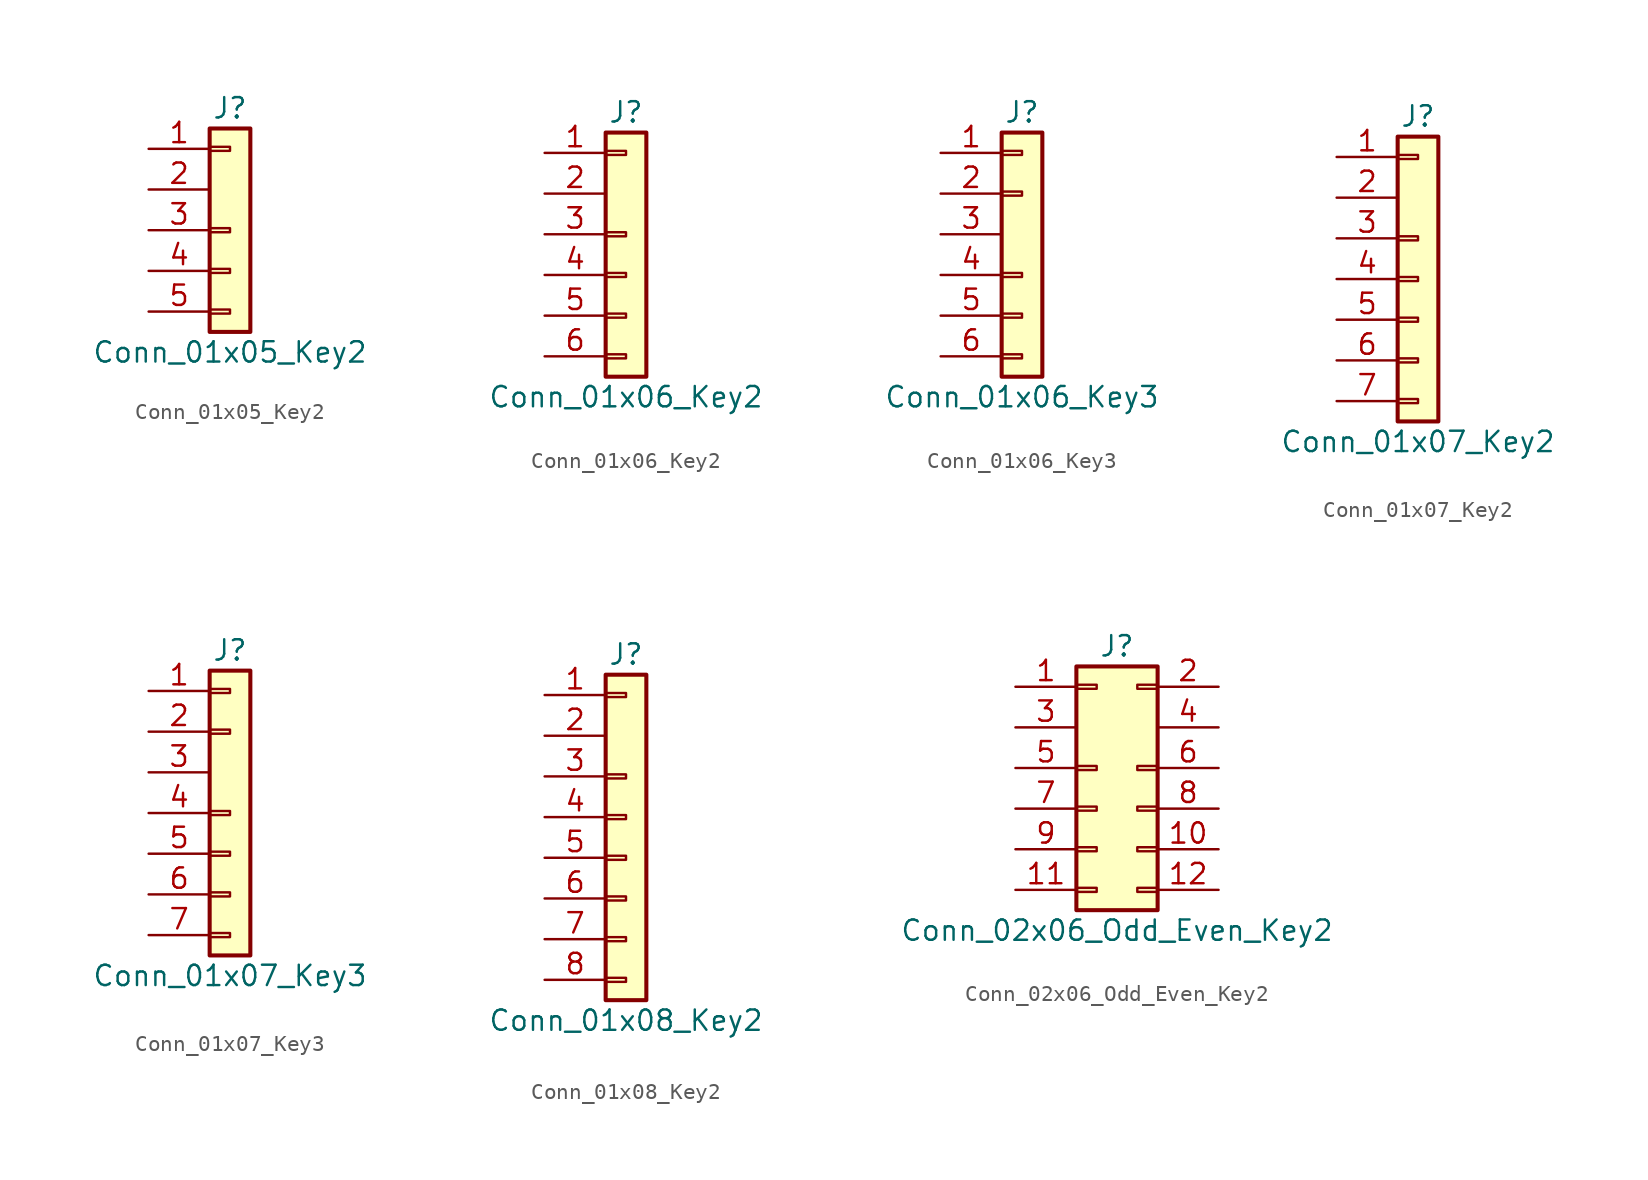
<source format=kicad_sym>
(kicad_symbol_lib
  (version 20220914)
  (generator kicad_symbol_editor)
  (symbol "Conn_01x05_Key2"
    (pin_names
      (offset 1.016) hide)
    (property "Reference" "J"
      (at 0 7.62 0)
      (effects (font (size 1.27 1.27))))
    (property "Value" "Conn_01x05_Key2"
      (at 0 -7.62 0)
      (effects (font (size 1.27 1.27))))
    (symbol "Conn_01x05_Key2_1_1"
      (rectangle (start -1.27 -4.953) (end 0 -5.207) (stroke (width 0.152) (type default)) (fill (type none)))
      (rectangle (start -1.27 -2.413) (end 0 -2.667) (stroke (width 0.152) (type default)) (fill (type none)))
      (rectangle (start -1.27 0.127) (end 0 -0.127) (stroke (width 0.152) (type default)) (fill (type none)))
      (rectangle (start -1.27 5.207) (end 0 4.953) (stroke (width 0.152) (type default)) (fill (type none)))
      (rectangle (start -1.27 6.35) (end 1.27 -6.35) (stroke (width 0.254) (type default)) (fill (type background)))
      (pin passive line (at -5.08 5.08 0) (length 3.81) (name "Pin_1" (effects (font (size 1.27 1.27)))) (number "1" (effects (font (size 1.27 1.27)))))
      (pin passive line (at -5.08 2.54 0) (length 3.81) (name "Pin_2" (effects (font (size 1.27 1.27)))) (number "2" (effects (font (size 1.27 1.27)))))
      (pin passive line (at -5.08 0 0) (length 3.81) (name "Pin_3" (effects (font (size 1.27 1.27)))) (number "3" (effects (font (size 1.27 1.27)))))
      (pin passive line (at -5.08 -2.54 0) (length 3.81) (name "Pin_4" (effects (font (size 1.27 1.27)))) (number "4" (effects (font (size 1.27 1.27)))))
      (pin passive line (at -5.08 -5.08 0) (length 3.81) (name "Pin_5" (effects (font (size 1.27 1.27)))) (number "5" (effects (font (size 1.27 1.27)))))))
  (symbol "Conn_01x06_Key2"
    (pin_names
      (offset 1.016) hide)
    (property "Reference" "J"
      (at 0 7.62 0)
      (effects (font (size 1.27 1.27))))
    (property "Value" "Conn_01x06_Key2"
      (at 0 -10.16 0)
      (effects (font (size 1.27 1.27))))
    (symbol "Conn_01x06_Key2_1_1"
      (rectangle (start -1.27 -7.493) (end 0 -7.747) (stroke (width 0.152) (type default)) (fill (type none)))
      (rectangle (start -1.27 -4.953) (end 0 -5.207) (stroke (width 0.152) (type default)) (fill (type none)))
      (rectangle (start -1.27 -2.413) (end 0 -2.667) (stroke (width 0.152) (type default)) (fill (type none)))
      (rectangle (start -1.27 0.127) (end 0 -0.127) (stroke (width 0.152) (type default)) (fill (type none)))
      (rectangle (start -1.27 5.207) (end 0 4.953) (stroke (width 0.152) (type default)) (fill (type none)))
      (rectangle (start -1.27 6.35) (end 1.27 -8.89) (stroke (width 0.254) (type default)) (fill (type background)))
      (pin passive line (at -5.08 5.08 0) (length 3.81) (name "Pin_1" (effects (font (size 1.27 1.27)))) (number "1" (effects (font (size 1.27 1.27)))))
      (pin passive line (at -5.08 2.54 0) (length 3.81) (name "Pin_2" (effects (font (size 1.27 1.27)))) (number "2" (effects (font (size 1.27 1.27)))))
      (pin passive line (at -5.08 0 0) (length 3.81) (name "Pin_3" (effects (font (size 1.27 1.27)))) (number "3" (effects (font (size 1.27 1.27)))))
      (pin passive line (at -5.08 -2.54 0) (length 3.81) (name "Pin_4" (effects (font (size 1.27 1.27)))) (number "4" (effects (font (size 1.27 1.27)))))
      (pin passive line (at -5.08 -5.08 0) (length 3.81) (name "Pin_5" (effects (font (size 1.27 1.27)))) (number "5" (effects (font (size 1.27 1.27)))))
      (pin passive line (at -5.08 -7.62 0) (length 3.81) (name "Pin_6" (effects (font (size 1.27 1.27)))) (number "6" (effects (font (size 1.27 1.27)))))))
  (symbol "Conn_01x06_Key3"
    (pin_names
      (offset 1.016) hide)
    (property "Reference" "J"
      (at 0 7.62 0)
      (effects (font (size 1.27 1.27))))
    (property "Value" "Conn_01x06_Key3"
      (at 0 -10.16 0)
      (effects (font (size 1.27 1.27))))
    (symbol "Conn_01x06_Key3_1_1"
      (rectangle (start -1.27 -7.493) (end 0 -7.747) (stroke (width 0.152) (type default)) (fill (type none)))
      (rectangle (start -1.27 -4.953) (end 0 -5.207) (stroke (width 0.152) (type default)) (fill (type none)))
      (rectangle (start -1.27 -2.413) (end 0 -2.667) (stroke (width 0.152) (type default)) (fill (type none)))
      (rectangle (start -1.27 2.667) (end 0 2.413) (stroke (width 0.152) (type default)) (fill (type none)))
      (rectangle (start -1.27 5.207) (end 0 4.953) (stroke (width 0.152) (type default)) (fill (type none)))
      (rectangle (start -1.27 6.35) (end 1.27 -8.89) (stroke (width 0.254) (type default)) (fill (type background)))
      (pin passive line (at -5.08 5.08 0) (length 3.81) (name "Pin_1" (effects (font (size 1.27 1.27)))) (number "1" (effects (font (size 1.27 1.27)))))
      (pin passive line (at -5.08 2.54 0) (length 3.81) (name "Pin_2" (effects (font (size 1.27 1.27)))) (number "2" (effects (font (size 1.27 1.27)))))
      (pin passive line (at -5.08 0 0) (length 3.81) (name "Pin_3" (effects (font (size 1.27 1.27)))) (number "3" (effects (font (size 1.27 1.27)))))
      (pin passive line (at -5.08 -2.54 0) (length 3.81) (name "Pin_4" (effects (font (size 1.27 1.27)))) (number "4" (effects (font (size 1.27 1.27)))))
      (pin passive line (at -5.08 -5.08 0) (length 3.81) (name "Pin_5" (effects (font (size 1.27 1.27)))) (number "5" (effects (font (size 1.27 1.27)))))
      (pin passive line (at -5.08 -7.62 0) (length 3.81) (name "Pin_6" (effects (font (size 1.27 1.27)))) (number "6" (effects (font (size 1.27 1.27)))))))
  (symbol "Conn_01x07_Key2"
    (pin_names
      (offset 1.016) hide)
    (property "Reference" "J"
      (at 0 10.16 0)
      (effects (font (size 1.27 1.27))))
    (property "Value" "Conn_01x07_Key2"
      (at 0 -10.16 0)
      (effects (font (size 1.27 1.27))))
    (symbol "Conn_01x07_Key2_1_1"
      (rectangle (start -1.27 -7.493) (end 0 -7.747) (stroke (width 0.152) (type default)) (fill (type none)))
      (rectangle (start -1.27 -4.953) (end 0 -5.207) (stroke (width 0.152) (type default)) (fill (type none)))
      (rectangle (start -1.27 -2.413) (end 0 -2.667) (stroke (width 0.152) (type default)) (fill (type none)))
      (rectangle (start -1.27 0.127) (end 0 -0.127) (stroke (width 0.152) (type default)) (fill (type none)))
      (rectangle (start -1.27 2.667) (end 0 2.413) (stroke (width 0.152) (type default)) (fill (type none)))
      (rectangle (start -1.27 7.747) (end 0 7.493) (stroke (width 0.152) (type default)) (fill (type none)))
      (rectangle (start -1.27 8.89) (end 1.27 -8.89) (stroke (width 0.254) (type default)) (fill (type background)))
      (pin passive line (at -5.08 7.62 0) (length 3.81) (name "Pin_1" (effects (font (size 1.27 1.27)))) (number "1" (effects (font (size 1.27 1.27)))))
      (pin passive line (at -5.08 5.08 0) (length 3.81) (name "Pin_2" (effects (font (size 1.27 1.27)))) (number "2" (effects (font (size 1.27 1.27)))))
      (pin passive line (at -5.08 2.54 0) (length 3.81) (name "Pin_3" (effects (font (size 1.27 1.27)))) (number "3" (effects (font (size 1.27 1.27)))))
      (pin passive line (at -5.08 0 0) (length 3.81) (name "Pin_4" (effects (font (size 1.27 1.27)))) (number "4" (effects (font (size 1.27 1.27)))))
      (pin passive line (at -5.08 -2.54 0) (length 3.81) (name "Pin_5" (effects (font (size 1.27 1.27)))) (number "5" (effects (font (size 1.27 1.27)))))
      (pin passive line (at -5.08 -5.08 0) (length 3.81) (name "Pin_6" (effects (font (size 1.27 1.27)))) (number "6" (effects (font (size 1.27 1.27)))))
      (pin passive line (at -5.08 -7.62 0) (length 3.81) (name "Pin_7" (effects (font (size 1.27 1.27)))) (number "7" (effects (font (size 1.27 1.27)))))))
  (symbol "Conn_01x07_Key3"
    (pin_names
      (offset 1.016) hide)
    (property "Reference" "J"
      (at 0 10.16 0)
      (effects (font (size 1.27 1.27))))
    (property "Value" "Conn_01x07_Key3"
      (at 0 -10.16 0)
      (effects (font (size 1.27 1.27))))
    (symbol "Conn_01x07_Key3_1_1"
      (rectangle (start -1.27 -7.493) (end 0 -7.747) (stroke (width 0.152) (type default)) (fill (type none)))
      (rectangle (start -1.27 -4.953) (end 0 -5.207) (stroke (width 0.152) (type default)) (fill (type none)))
      (rectangle (start -1.27 -2.413) (end 0 -2.667) (stroke (width 0.152) (type default)) (fill (type none)))
      (rectangle (start -1.27 0.127) (end 0 -0.127) (stroke (width 0.152) (type default)) (fill (type none)))
      (rectangle (start -1.27 5.207) (end 0 4.953) (stroke (width 0.152) (type default)) (fill (type none)))
      (rectangle (start -1.27 7.747) (end 0 7.493) (stroke (width 0.152) (type default)) (fill (type none)))
      (rectangle (start -1.27 8.89) (end 1.27 -8.89) (stroke (width 0.254) (type default)) (fill (type background)))
      (pin passive line (at -5.08 7.62 0) (length 3.81) (name "Pin_1" (effects (font (size 1.27 1.27)))) (number "1" (effects (font (size 1.27 1.27)))))
      (pin passive line (at -5.08 5.08 0) (length 3.81) (name "Pin_2" (effects (font (size 1.27 1.27)))) (number "2" (effects (font (size 1.27 1.27)))))
      (pin passive line (at -5.08 2.54 0) (length 3.81) (name "Pin_3" (effects (font (size 1.27 1.27)))) (number "3" (effects (font (size 1.27 1.27)))))
      (pin passive line (at -5.08 0 0) (length 3.81) (name "Pin_4" (effects (font (size 1.27 1.27)))) (number "4" (effects (font (size 1.27 1.27)))))
      (pin passive line (at -5.08 -2.54 0) (length 3.81) (name "Pin_5" (effects (font (size 1.27 1.27)))) (number "5" (effects (font (size 1.27 1.27)))))
      (pin passive line (at -5.08 -5.08 0) (length 3.81) (name "Pin_6" (effects (font (size 1.27 1.27)))) (number "6" (effects (font (size 1.27 1.27)))))
      (pin passive line (at -5.08 -7.62 0) (length 3.81) (name "Pin_7" (effects (font (size 1.27 1.27)))) (number "7" (effects (font (size 1.27 1.27)))))))
  (symbol "Conn_01x08_Key2"
    (pin_names
      (offset 1.016) hide)
    (property "Reference" "J"
      (at 0 10.16 0)
      (effects (font (size 1.27 1.27))))
    (property "Value" "Conn_01x08_Key2"
      (at 0 -12.7 0)
      (effects (font (size 1.27 1.27))))
    (symbol "Conn_01x08_Key2_1_1"
      (rectangle (start -1.27 -10.033) (end 0 -10.287) (stroke (width 0.152) (type default)) (fill (type none)))
      (rectangle (start -1.27 -7.493) (end 0 -7.747) (stroke (width 0.152) (type default)) (fill (type none)))
      (rectangle (start -1.27 -4.953) (end 0 -5.207) (stroke (width 0.152) (type default)) (fill (type none)))
      (rectangle (start -1.27 -2.413) (end 0 -2.667) (stroke (width 0.152) (type default)) (fill (type none)))
      (rectangle (start -1.27 0.127) (end 0 -0.127) (stroke (width 0.152) (type default)) (fill (type none)))
      (rectangle (start -1.27 2.667) (end 0 2.413) (stroke (width 0.152) (type default)) (fill (type none)))
      (rectangle (start -1.27 7.747) (end 0 7.493) (stroke (width 0.152) (type default)) (fill (type none)))
      (rectangle (start -1.27 8.89) (end 1.27 -11.43) (stroke (width 0.254) (type default)) (fill (type background)))
      (pin passive line (at -5.08 7.62 0) (length 3.81) (name "Pin_1" (effects (font (size 1.27 1.27)))) (number "1" (effects (font (size 1.27 1.27)))))
      (pin passive line (at -5.08 5.08 0) (length 3.81) (name "Pin_2" (effects (font (size 1.27 1.27)))) (number "2" (effects (font (size 1.27 1.27)))))
      (pin passive line (at -5.08 2.54 0) (length 3.81) (name "Pin_3" (effects (font (size 1.27 1.27)))) (number "3" (effects (font (size 1.27 1.27)))))
      (pin passive line (at -5.08 0 0) (length 3.81) (name "Pin_4" (effects (font (size 1.27 1.27)))) (number "4" (effects (font (size 1.27 1.27)))))
      (pin passive line (at -5.08 -2.54 0) (length 3.81) (name "Pin_5" (effects (font (size 1.27 1.27)))) (number "5" (effects (font (size 1.27 1.27)))))
      (pin passive line (at -5.08 -5.08 0) (length 3.81) (name "Pin_6" (effects (font (size 1.27 1.27)))) (number "6" (effects (font (size 1.27 1.27)))))
      (pin passive line (at -5.08 -7.62 0) (length 3.81) (name "Pin_7" (effects (font (size 1.27 1.27)))) (number "7" (effects (font (size 1.27 1.27)))))
      (pin passive line (at -5.08 -10.16 0) (length 3.81) (name "Pin_8" (effects (font (size 1.27 1.27)))) (number "8" (effects (font (size 1.27 1.27)))))))
  (symbol "Conn_02x06_Odd_Even_Key2"
    (pin_names
      (offset 1.016) hide)
    (property "Reference" "J"
      (at 1.27 7.62 0)
      (effects (font (size 1.27 1.27))))
    (property "Value" "Conn_02x06_Odd_Even_Key2"
      (at 1.27 -10.16 0)
      (effects (font (size 1.27 1.27))))
    (symbol "Conn_02x06_Odd_Even_Key2_1_1"
      (rectangle (start -1.27 -7.493) (end 0 -7.747) (stroke (width 0.152) (type default)) (fill (type none)))
      (rectangle (start -1.27 -4.953) (end 0 -5.207) (stroke (width 0.152) (type default)) (fill (type none)))
      (rectangle (start -1.27 -2.413) (end 0 -2.667) (stroke (width 0.152) (type default)) (fill (type none)))
      (rectangle (start -1.27 0.127) (end 0 -0.127) (stroke (width 0.152) (type default)) (fill (type none)))
      (rectangle (start -1.27 5.207) (end 0 4.953) (stroke (width 0.152) (type default)) (fill (type none)))
      (rectangle (start -1.27 6.35) (end 3.81 -8.89) (stroke (width 0.254) (type default)) (fill (type background)))
      (rectangle (start 3.81 -7.493) (end 2.54 -7.747) (stroke (width 0.152) (type default)) (fill (type none)))
      (rectangle (start 3.81 -4.953) (end 2.54 -5.207) (stroke (width 0.152) (type default)) (fill (type none)))
      (rectangle (start 3.81 -2.413) (end 2.54 -2.667) (stroke (width 0.152) (type default)) (fill (type none)))
      (rectangle (start 3.81 0.127) (end 2.54 -0.127) (stroke (width 0.152) (type default)) (fill (type none)))
      (rectangle (start 3.81 5.207) (end 2.54 4.953) (stroke (width 0.152) (type default)) (fill (type none)))
      (pin passive line (at -5.08 5.08 0) (length 3.81) (name "Pin_1" (effects (font (size 1.27 1.27)))) (number "1" (effects (font (size 1.27 1.27)))))
      (pin passive line (at 7.62 -5.08 180) (length 3.81) (name "Pin_10" (effects (font (size 1.27 1.27)))) (number "10" (effects (font (size 1.27 1.27)))))
      (pin passive line (at -5.08 -7.62 0) (length 3.81) (name "Pin_11" (effects (font (size 1.27 1.27)))) (number "11" (effects (font (size 1.27 1.27)))))
      (pin passive line (at 7.62 -7.62 180) (length 3.81) (name "Pin_12" (effects (font (size 1.27 1.27)))) (number "12" (effects (font (size 1.27 1.27)))))
      (pin passive line (at 7.62 5.08 180) (length 3.81) (name "Pin_2" (effects (font (size 1.27 1.27)))) (number "2" (effects (font (size 1.27 1.27)))))
      (pin passive line (at -5.08 2.54 0) (length 3.81) (name "Pin_3" (effects (font (size 1.27 1.27)))) (number "3" (effects (font (size 1.27 1.27)))))
      (pin passive line (at 7.62 2.54 180) (length 3.81) (name "Pin_4" (effects (font (size 1.27 1.27)))) (number "4" (effects (font (size 1.27 1.27)))))
      (pin passive line (at -5.08 0 0) (length 3.81) (name "Pin_5" (effects (font (size 1.27 1.27)))) (number "5" (effects (font (size 1.27 1.27)))))
      (pin passive line (at 7.62 0 180) (length 3.81) (name "Pin_6" (effects (font (size 1.27 1.27)))) (number "6" (effects (font (size 1.27 1.27)))))
      (pin passive line (at -5.08 -2.54 0) (length 3.81) (name "Pin_7" (effects (font (size 1.27 1.27)))) (number "7" (effects (font (size 1.27 1.27)))))
      (pin passive line (at 7.62 -2.54 180) (length 3.81) (name "Pin_8" (effects (font (size 1.27 1.27)))) (number "8" (effects (font (size 1.27 1.27)))))
      (pin passive line (at -5.08 -5.08 0) (length 3.81) (name "Pin_9" (effects (font (size 1.27 1.27)))) (number "9" (effects (font (size 1.27 1.27))))))))
</source>
